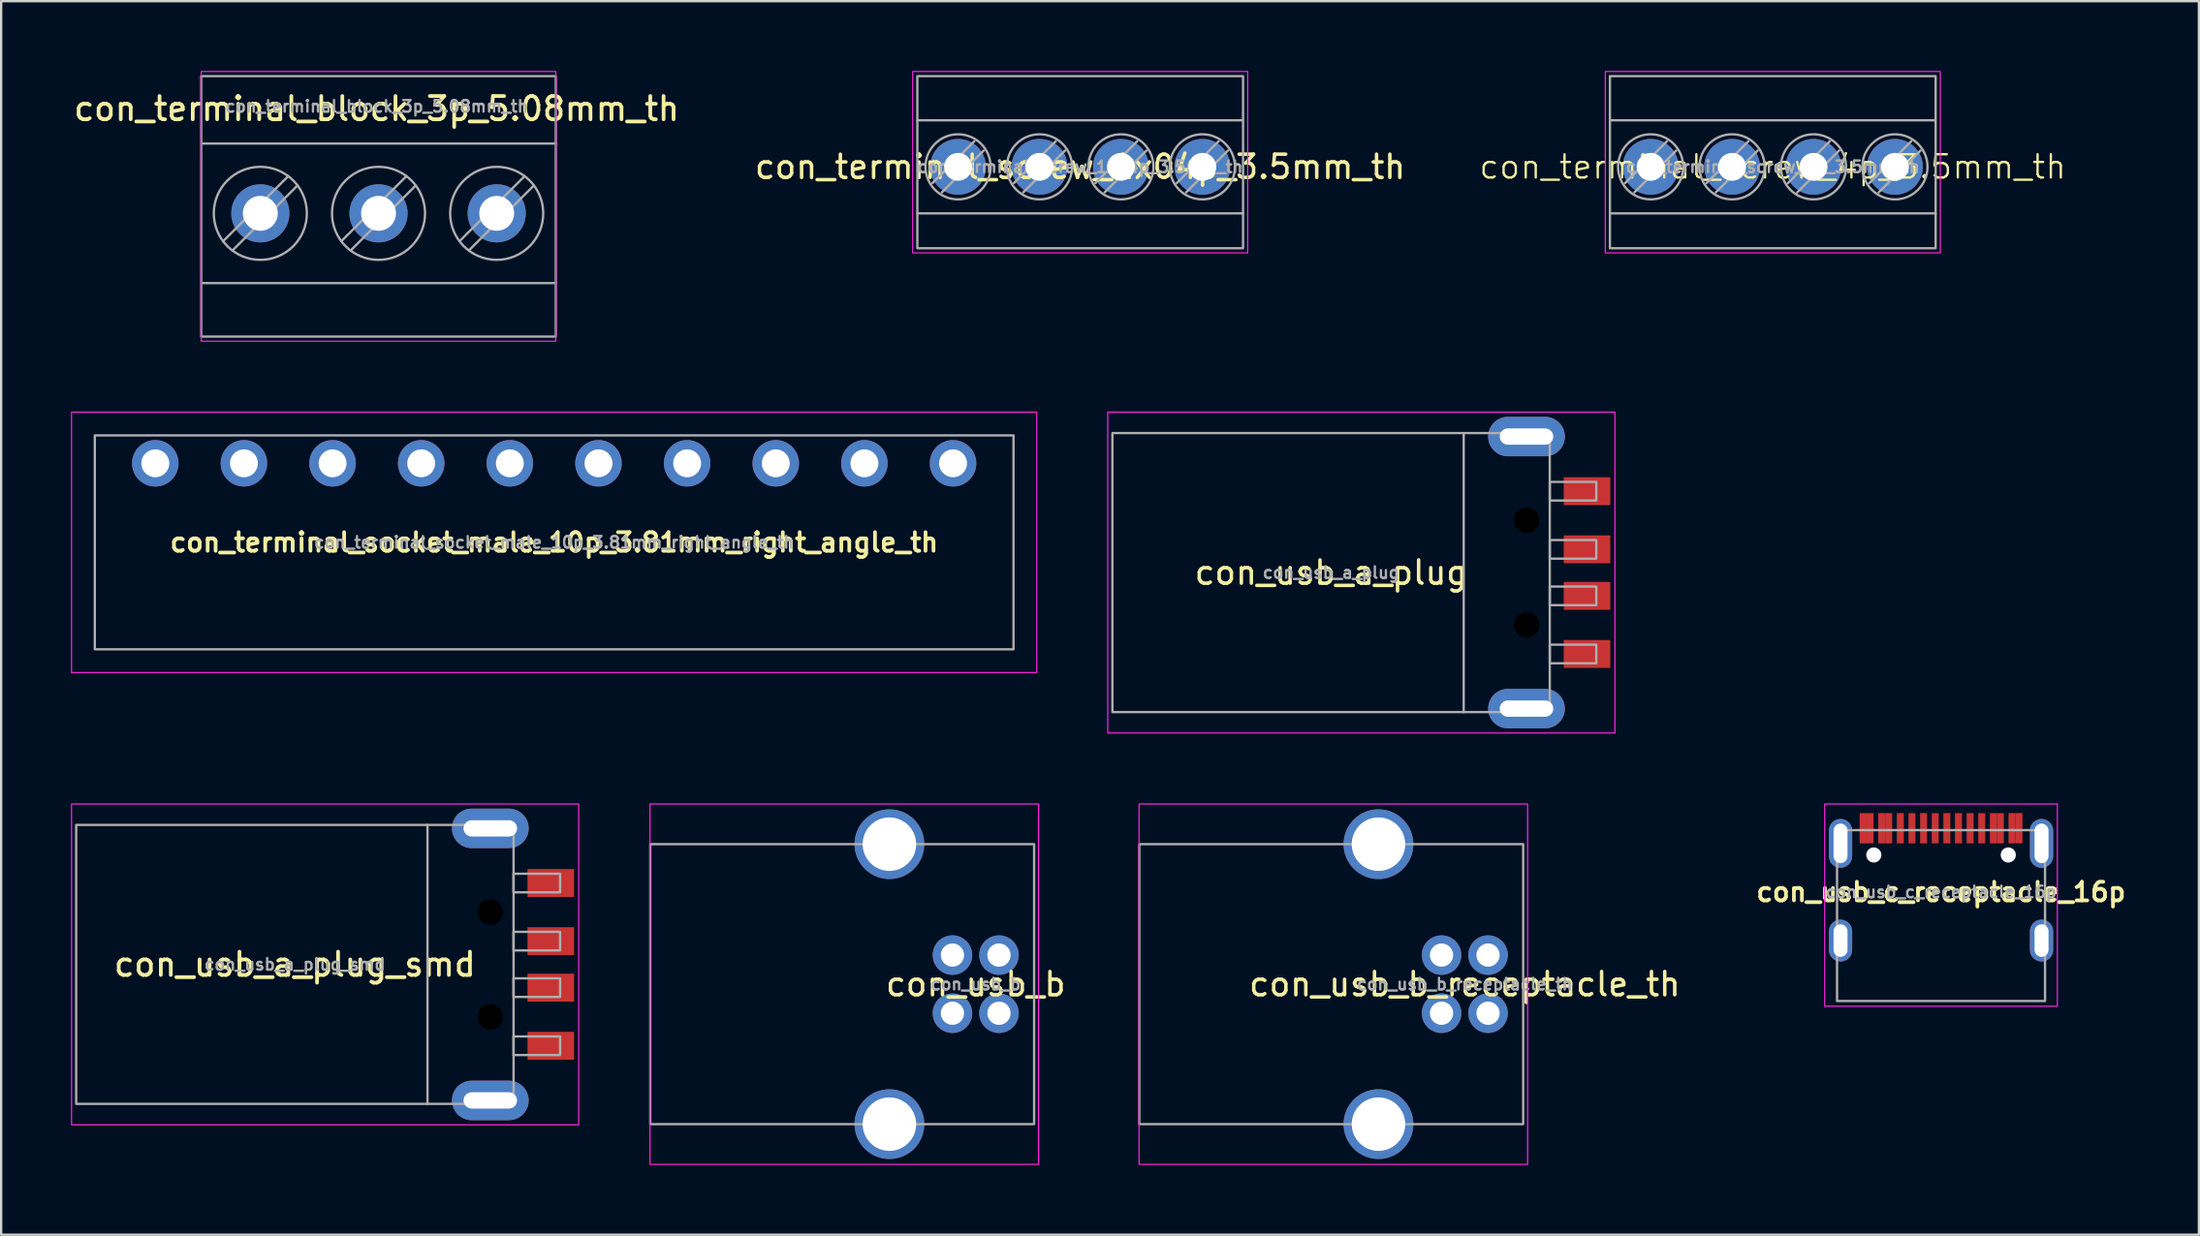
<source format=kicad_pcb>
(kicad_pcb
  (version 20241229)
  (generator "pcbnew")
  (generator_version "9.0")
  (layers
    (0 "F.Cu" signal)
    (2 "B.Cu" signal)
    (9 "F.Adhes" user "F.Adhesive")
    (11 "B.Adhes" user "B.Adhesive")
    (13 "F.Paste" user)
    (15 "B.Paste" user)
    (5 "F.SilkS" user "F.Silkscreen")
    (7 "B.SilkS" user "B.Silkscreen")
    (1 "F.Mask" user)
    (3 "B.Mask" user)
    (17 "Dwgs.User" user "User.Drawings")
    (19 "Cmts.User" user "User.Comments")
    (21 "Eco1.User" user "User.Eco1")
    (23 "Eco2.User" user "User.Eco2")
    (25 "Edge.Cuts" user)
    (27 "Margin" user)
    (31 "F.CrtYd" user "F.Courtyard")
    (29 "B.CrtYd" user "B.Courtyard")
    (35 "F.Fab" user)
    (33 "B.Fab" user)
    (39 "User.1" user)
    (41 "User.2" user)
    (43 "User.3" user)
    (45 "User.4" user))
  (footprint "con_usb_b"
    (layer "F.Cu")
    (at 39.89 40.525)
    (property "Reference" "con_usb_b" (at -1 -1.25 0) (unlocked yes) (layer "F.SilkS") (effects (font (size 1 1) (thickness 0.15))))
    (attr through_hole exclude_from_pos_files)
    (fp_rect (start -15 -9) (end 1.7 6.5) (stroke (width 0.05) (type solid)) (fill no) (layer "F.CrtYd"))
    (fp_rect (start -14.99 -7.27) (end 1.51 4.77) (stroke (width 0.1) (type solid)) (fill no) (layer "F.Fab"))
    (fp_text user "${REFERENCE}" (at -1 -1.25 0) (unlocked yes) (layer "F.Fab") (effects (font (size 0.5 0.5) (thickness 0.1) (bold yes))))
    (pad "1" thru_hole circle (at 0 0) (size 1.7 1.7) (drill 1) (layers "*.Cu" "*.Mask"))
    (pad "2" thru_hole circle (at 0 -2.5) (size 1.7 1.7) (drill 1) (layers "*.Cu" "*.Mask"))
    (pad "3" thru_hole circle (at -2 -2.5) (size 1.7 1.7) (drill 1) (layers "*.Cu" "*.Mask"))
    (pad "4" thru_hole circle (at -2 0) (size 1.7 1.7) (drill 1) (layers "*.Cu" "*.Mask"))
    (pad "5" thru_hole circle (at -4.71 4.77) (size 3 3) (drill 2.3) (layers "*.Cu" "*.Mask"))
    (pad "6" thru_hole circle (at -4.71 -7.27) (size 3 3) (drill 2.3) (layers "*.Cu" "*.Mask")))
  (footprint "con_terminal_screw_1x04p_3.5mm_th"
    (layer "F.Cu")
    (at 38.131 4.125)
    (property "Reference" "con_terminal_screw_1x04p_3.5mm_th" (at 5.25 0 0) (unlocked yes) (layer "F.SilkS") (effects (font (size 1 1) (thickness 0.15))))
    (attr through_hole exclude_from_pos_files)
    (fp_rect (start -1.95 -4.1) (end 12.45 3.7) (stroke (width 0.05) (type default)) (fill no) (layer "F.CrtYd"))
    (fp_line (start -1.75 -2) (end 12.23 -2) (stroke (width 0.1) (type default)) (layer "F.Fab"))
    (fp_line (start -1.75 2) (end 12.25 2) (stroke (width 0.1) (type default)) (layer "F.Fab"))
    (fp_line (start -1.1 0.7) (end 0.7 -1.1) (stroke (width 0.1) (type default)) (layer "F.Fab"))
    (fp_line (start -0.7 1.1) (end 1.1 -0.7) (stroke (width 0.1) (type default)) (layer "F.Fab"))
    (fp_line (start 2.4 0.7) (end 4.2 -1.1) (stroke (width 0.1) (type default)) (layer "F.Fab"))
    (fp_line (start 2.8 1.1) (end 4.6 -0.7) (stroke (width 0.1) (type default)) (layer "F.Fab"))
    (fp_line (start 5.9 0.7) (end 7.7 -1.1) (stroke (width 0.1) (type default)) (layer "F.Fab"))
    (fp_line (start 6.3 1.1) (end 8.1 -0.7) (stroke (width 0.1) (type default)) (layer "F.Fab"))
    (fp_line (start 9.4 0.7) (end 11.2 -1.1) (stroke (width 0.1) (type default)) (layer "F.Fab"))
    (fp_line (start 9.8 1.1) (end 11.6 -0.7) (stroke (width 0.1) (type default)) (layer "F.Fab"))
    (fp_rect (start -1.75 -3.9) (end 12.25 3.5) (stroke (width 0.1) (type default)) (fill no) (layer "F.Fab"))
    (fp_circle (center 0 0) (end 1.4 0) (stroke (width 0.1) (type default)) (fill no) (layer "F.Fab"))
    (fp_circle (center 3.5 0) (end 4.9 0) (stroke (width 0.1) (type default)) (fill no) (layer "F.Fab"))
    (fp_circle (center 7 0) (end 8.4 0) (stroke (width 0.1) (type default)) (fill no) (layer "F.Fab"))
    (fp_circle (center 10.5 0) (end 11.9 0) (stroke (width 0.1) (type default)) (fill no) (layer "F.Fab"))
    (fp_text user "${REFERENCE}" (at 5.25 0 0) (unlocked yes) (layer "F.Fab") (effects (font (size 0.5 0.5) (thickness 0.1) (bold yes))))
    (pad "1" thru_hole circle (at 0 0) (size 2.4 2.4) (drill 1.2) (layers "*.Cu" "*.Mask"))
    (pad "2" thru_hole circle (at 3.5 0) (size 2.4 2.4) (drill 1.2) (layers "*.Cu" "*.Mask"))
    (pad "3" thru_hole circle (at 7 0) (size 2.4 2.4) (drill 1.2) (layers "*.Cu" "*.Mask"))
    (pad "4" thru_hole circle (at 10.5 0) (size 2.4 2.4) (drill 1.2) (layers "*.Cu" "*.Mask")))
  (footprint "con_usb_b_receptacle_th"
    (layer "F.Cu")
    (at 60.912 40.525)
    (property "Reference" "con_usb_b_receptacle_th" (at -1 -1.25 0) (unlocked yes) (layer "F.SilkS") (effects (font (size 1 1) (thickness 0.15))))
    (attr through_hole exclude_from_pos_files)
    (fp_rect (start -15 -9) (end 1.7 6.5) (stroke (width 0.05) (type solid)) (fill no) (layer "F.CrtYd"))
    (fp_rect (start -14.99 -7.27) (end 1.51 4.77) (stroke (width 0.1) (type solid)) (fill no) (layer "F.Fab"))
    (fp_text user "${REFERENCE}" (at -1 -1.25 0) (unlocked yes) (layer "F.Fab") (effects (font (size 0.5 0.5) (thickness 0.1) (bold yes))))
    (pad "1" thru_hole circle (at 0 0) (size 1.7 1.7) (drill 1) (layers "*.Cu" "*.Mask"))
    (pad "2" thru_hole circle (at 0 -2.5) (size 1.7 1.7) (drill 1) (layers "*.Cu" "*.Mask"))
    (pad "3" thru_hole circle (at -2 -2.5) (size 1.7 1.7) (drill 1) (layers "*.Cu" "*.Mask"))
    (pad "4" thru_hole circle (at -2 0) (size 1.7 1.7) (drill 1) (layers "*.Cu" "*.Mask"))
    (pad "5" thru_hole circle (at -4.71 4.77) (size 3 3) (drill 2.3) (layers "*.Cu" "*.Mask"))
    (pad "6" thru_hole circle (at -4.71 -7.27) (size 3 3) (drill 2.3) (layers "*.Cu" "*.Mask")))
  (footprint "con_terminal_screw_4p_3.5mm_th"
    (layer "F.Cu")
    (at 67.901 4.125)
    (property "Reference" "con_terminal_screw_4p_3.5mm_th" (at 5.25 0 0) (unlocked yes) (layer "F.SilkS") (effects (font (size 1 1) (thickness 0.1))))
    (attr through_hole exclude_from_pos_files)
    (fp_rect (start -1.95 -4.1) (end 12.45 3.7) (stroke (width 0.05) (type default)) (fill no) (layer "F.CrtYd"))
    (fp_line (start -1.75 -2) (end 12.23 -2) (stroke (width 0.1) (type default)) (layer "F.Fab"))
    (fp_line (start -1.75 2) (end 12.25 2) (stroke (width 0.1) (type default)) (layer "F.Fab"))
    (fp_line (start -1.1 0.7) (end 0.7 -1.1) (stroke (width 0.1) (type default)) (layer "F.Fab"))
    (fp_line (start -0.7 1.1) (end 1.1 -0.7) (stroke (width 0.1) (type default)) (layer "F.Fab"))
    (fp_line (start 2.4 0.7) (end 4.2 -1.1) (stroke (width 0.1) (type default)) (layer "F.Fab"))
    (fp_line (start 2.8 1.1) (end 4.6 -0.7) (stroke (width 0.1) (type default)) (layer "F.Fab"))
    (fp_line (start 5.9 0.7) (end 7.7 -1.1) (stroke (width 0.1) (type default)) (layer "F.Fab"))
    (fp_line (start 6.3 1.1) (end 8.1 -0.7) (stroke (width 0.1) (type default)) (layer "F.Fab"))
    (fp_line (start 9.4 0.7) (end 11.2 -1.1) (stroke (width 0.1) (type default)) (layer "F.Fab"))
    (fp_line (start 9.8 1.1) (end 11.6 -0.7) (stroke (width 0.1) (type default)) (layer "F.Fab"))
    (fp_rect (start -1.75 -3.9) (end 12.25 3.5) (stroke (width 0.1) (type default)) (fill no) (layer "F.Fab"))
    (fp_circle (center 0 0) (end 1.4 0) (stroke (width 0.1) (type default)) (fill no) (layer "F.Fab"))
    (fp_circle (center 3.5 0) (end 4.9 0) (stroke (width 0.1) (type default)) (fill no) (layer "F.Fab"))
    (fp_circle (center 7 0) (end 8.4 0) (stroke (width 0.1) (type default)) (fill no) (layer "F.Fab"))
    (fp_circle (center 10.5 0) (end 11.9 0) (stroke (width 0.1) (type default)) (fill no) (layer "F.Fab"))
    (fp_text user "${REFERENCE}" (at 5.25 0 0) (unlocked yes) (layer "F.Fab") (effects (font (size 0.5 0.5) (thickness 0.1) (bold yes))))
    (pad "1" thru_hole circle (at 0 0) (size 2.4 2.4) (drill 1.2) (layers "*.Cu" "*.Mask"))
    (pad "2" thru_hole circle (at 3.5 0) (size 2.4 2.4) (drill 1.2) (layers "*.Cu" "*.Mask"))
    (pad "3" thru_hole circle (at 7 0) (size 2.4 2.4) (drill 1.2) (layers "*.Cu" "*.Mask"))
    (pad "4" thru_hole circle (at 10.5 0) (size 2.4 2.4) (drill 1.2) (layers "*.Cu" "*.Mask")))
  (footprint "con_usb_c_receptacle_16p"
    (layer "F.Cu")
    (at 80.383 35.31)
    (property "Reference" "con_usb_c_receptacle_16p" (at 0 0 0) (layer "F.SilkS") (effects (font (size 0.8 0.8) (thickness 0.16))))
    (attr smd)
    (fp_rect (start -3.55 -3.445) (end 3.55 -2.04) (stroke (width 0) (type solid)) (fill yes) (layer "F.Mask"))
    (fp_rect (start -5 -3.785) (end 5 4.915) (stroke (width 0.05) (type default)) (fill no) (layer "F.CrtYd"))
    (fp_rect (start -4.47 -2.66) (end 4.47 4.69) (stroke (width 0.1) (type solid)) (fill no) (layer "F.Fab"))
    (fp_text user "${REFERENCE}" (at 0 0 0) (layer "F.Fab") (effects (font (size 0.5 0.5) (thickness 0.1))))
    (pad "" np_thru_hole circle (at -2.89 -1.59) (size 0.65 0.65) (drill 0.65) (layers "*.Cu" "*.Mask"))
    (pad "" np_thru_hole circle (at 2.89 -1.59) (size 0.65 0.65) (drill 0.65) (layers "*.Cu" "*.Mask"))
    (pad "1" thru_hole oval (at -4.32 -2.09) (size 1 2.1) (drill oval 0.6 1.7) (layers "*.Cu" "*.Mask" "F.Paste"))
    (pad "1" thru_hole oval (at -4.32 2.09) (size 1 1.8) (drill oval 0.6 1.4) (layers "*.Cu" "*.Mask" "F.Paste"))
    (pad "1" thru_hole oval (at 4.32 -2.09) (size 1 2.1) (drill oval 0.6 1.7) (layers "*.Cu" "*.Mask" "F.Paste"))
    (pad "1" thru_hole oval (at 4.32 2.09) (size 1 1.8) (drill oval 0.6 1.4) (layers "*.Cu" "*.Mask" "F.Paste"))
    (pad "A1" smd rect (at -3.35 -2.74) (size 0.3 1.3) (layers "F.Cu" "F.Paste"))
    (pad "A4" smd rect (at -2.55 -2.74) (size 0.3 1.3) (layers "F.Cu" "F.Paste"))
    (pad "A5" smd rect (at -1.25 -2.74) (size 0.3 1.3) (layers "F.Cu" "F.Paste"))
    (pad "A6" smd rect (at -0.25 -2.74) (size 0.3 1.3) (layers "F.Cu" "F.Paste"))
    (pad "A7" smd rect (at 0.25 -2.74) (size 0.3 1.3) (layers "F.Cu" "F.Paste"))
    (pad "A8" smd rect (at 1.25 -2.74) (size 0.3 1.3) (layers "F.Cu" "F.Paste"))
    (pad "A9" smd rect (at 2.55 -2.74) (size 0.3 1.3) (layers "F.Cu" "F.Paste"))
    (pad "A12" smd rect (at 3.35 -2.74) (size 0.3 1.3) (layers "F.Cu" "F.Paste"))
    (pad "B1" smd rect (at 3.05 -2.74) (size 0.3 1.3) (layers "F.Cu" "F.Paste"))
    (pad "B4" smd rect (at 2.25 -2.74) (size 0.3 1.3) (layers "F.Cu" "F.Paste"))
    (pad "B5" smd rect (at 1.75 -2.74) (size 0.3 1.3) (layers "F.Cu" "F.Paste"))
    (pad "B6" smd rect (at 0.75 -2.74) (size 0.3 1.3) (layers "F.Cu" "F.Paste"))
    (pad "B7" smd rect (at -0.75 -2.74) (size 0.3 1.3) (layers "F.Cu" "F.Paste"))
    (pad "B8" smd rect (at -1.75 -2.74) (size 0.3 1.3) (layers "F.Cu" "F.Paste"))
    (pad "B9" smd rect (at -2.25 -2.74) (size 0.3 1.3) (layers "F.Cu" "F.Paste"))
    (pad "B12" smd rect (at -3.05 -2.74) (size 0.3 1.3) (layers "F.Cu" "F.Paste")))
  (footprint "con_usb_a_plug_smd"
    (layer "F.Cu")
    (at 9.625 38.425)
    (property "Reference" "con_usb_a_plug_smd" (at 0 0 0) (unlocked yes) (layer "F.SilkS") (effects (font (size 1 1) (thickness 0.16))))
    (attr smd)
    (fp_rect (start -9.6 -6.9) (end 12.2 6.9) (stroke (width 0.05) (type solid)) (fill no) (layer "F.CrtYd"))
    (fp_line (start 5.7 -6) (end 5.7 6) (stroke (width 0.1) (type solid)) (layer "F.Fab"))
    (fp_rect (start -9.4 -6) (end 9.4 6) (stroke (width 0.1) (type solid)) (fill no) (layer "F.Fab"))
    (fp_rect (start 9.4 -3.9) (end 11.4 -3.1) (stroke (width 0.1) (type solid)) (fill no) (layer "F.Fab"))
    (fp_rect (start 9.4 -1.4) (end 11.4 -0.6) (stroke (width 0.1) (type solid)) (fill no) (layer "F.Fab"))
    (fp_rect (start 9.4 0.6) (end 11.4 1.4) (stroke (width 0.1) (type solid)) (fill no) (layer "F.Fab"))
    (fp_rect (start 9.4 3.1) (end 11.4 3.9) (stroke (width 0.1) (type solid)) (fill no) (layer "F.Fab"))
    (fp_text user "${REFERENCE}" (at 0 0 0) (unlocked yes) (layer "F.Fab") (effects (font (size 0.5 0.5) (thickness 0.1))))
    (pad "" np_thru_hole circle (at 8.4 -2.25) (size 1.2 1.2) (drill 1.1) (layers "*.Mask"))
    (pad "" np_thru_hole circle (at 8.4 2.25) (size 1.2 1.2) (drill 1.1) (layers "*.Mask"))
    (pad "1" smd rect (at 11 3.5) (size 2 1.2) (layers "F.Cu" "F.Mask" "F.Paste"))
    (pad "2" smd rect (at 11 1) (size 2 1.2) (layers "F.Cu" "F.Mask" "F.Paste"))
    (pad "3" smd rect (at 11 -1) (size 2 1.2) (layers "F.Cu" "F.Mask" "F.Paste"))
    (pad "4" smd rect (at 11 -3.5) (size 2 1.2) (layers "F.Cu" "F.Mask" "F.Paste"))
    (pad "5" thru_hole oval (at 8.4 5.85) (size 3.3 1.7) (drill oval 2.3 0.7) (layers "*.Cu" "*.Mask"))
    (pad "6" thru_hole oval (at 8.4 -5.85) (size 3.3 1.7) (drill oval 2.3 0.7) (layers "*.Cu" "*.Mask")))
  (footprint "con_terminal_socket_male_10p_3.81mm_right_angle_th"
    (layer "F.Cu")
    (at 3.625 16.875)
    (property "Reference" "con_terminal_socket_male_10p_3.81mm_right_angle_th" (at 17.145 3.4 0) (layer "F.SilkS") (effects (font (size 0.8 0.8) (thickness 0.16))))
    (attr through_hole exclude_from_pos_files)
    (fp_rect (start -3.6 -2.2) (end 37.89 9) (stroke (width 0.05) (type default)) (fill no) (layer "F.CrtYd"))
    (fp_rect (start -2.6 -1.2) (end 36.89 8) (stroke (width 0.1) (type solid)) (fill no) (layer "F.Fab"))
    (fp_text user "${REFERENCE}" (at 17.145 3.4 0) (layer "F.Fab") (effects (font (size 0.5 0.5) (thickness 0.1))))
    (pad "1" thru_hole circle (at 0 0) (size 2 2) (drill 1.2) (layers "*.Cu" "*.Mask"))
    (pad "2" thru_hole circle (at 3.81 0) (size 2 2) (drill 1.2) (layers "*.Cu" "*.Mask"))
    (pad "3" thru_hole circle (at 7.62 0) (size 2 2) (drill 1.2) (layers "*.Cu" "*.Mask"))
    (pad "4" thru_hole circle (at 11.43 0) (size 2 2) (drill 1.2) (layers "*.Cu" "*.Mask"))
    (pad "5" thru_hole circle (at 15.24 0) (size 2 2) (drill 1.2) (layers "*.Cu" "*.Mask"))
    (pad "6" thru_hole circle (at 19.05 0) (size 2 2) (drill 1.2) (layers "*.Cu" "*.Mask"))
    (pad "7" thru_hole circle (at 22.86 0) (size 2 2) (drill 1.2) (layers "*.Cu" "*.Mask"))
    (pad "8" thru_hole circle (at 26.67 0) (size 2 2) (drill 1.2) (layers "*.Cu" "*.Mask"))
    (pad "9" thru_hole circle (at 30.48 0) (size 2 2) (drill 1.2) (layers "*.Cu" "*.Mask"))
    (pad "10" thru_hole circle (at 34.29 0) (size 2 2) (drill 1.2) (layers "*.Cu" "*.Mask")))
  (footprint "con_terminal_block_3p_5.08mm_th"
    (layer "F.Cu")
    (at 8.14 6.125)
    (property "Reference" "con_terminal_block_3p_5.08mm_th" (at 5 -4.5 0) (layer "F.SilkS") (effects (font (size 1 1) (thickness 0.16))))
    (attr through_hole exclude_from_pos_files)
    (fp_rect (start -2.54 -6.1) (end 12.7 5.5) (stroke (width 0.05) (type solid)) (fill no) (layer "F.CrtYd"))
    (fp_line (start -2.5 -3) (end 12.7 -3) (stroke (width 0.1) (type default)) (layer "F.Fab"))
    (fp_line (start -2.5 3) (end 12.7 3) (stroke (width 0.1) (type default)) (layer "F.Fab"))
    (fp_line (start -1.6 1.2) (end 1.2 -1.6) (stroke (width 0.1) (type default)) (layer "F.Fab"))
    (fp_line (start -1.2 1.6) (end 1.6 -1.2) (stroke (width 0.1) (type default)) (layer "F.Fab"))
    (fp_line (start 3.48 1.2) (end 6.28 -1.6) (stroke (width 0.1) (type default)) (layer "F.Fab"))
    (fp_line (start 3.88 1.6) (end 6.68 -1.2) (stroke (width 0.1) (type default)) (layer "F.Fab"))
    (fp_line (start 8.56 1.2) (end 11.36 -1.6) (stroke (width 0.1) (type default)) (layer "F.Fab"))
    (fp_line (start 8.96 1.6) (end 11.76 -1.2) (stroke (width 0.1) (type default)) (layer "F.Fab"))
    (fp_rect (start -2.54 -5.9) (end 12.7 5.3) (stroke (width 0.1) (type solid)) (fill no) (layer "F.Fab"))
    (fp_circle (center 0 0) (end 2 0) (stroke (width 0.1) (type default)) (fill no) (layer "F.Fab"))
    (fp_circle (center 5.08 0) (end 7.08 0) (stroke (width 0.1) (type default)) (fill no) (layer "F.Fab"))
    (fp_circle (center 10.16 0) (end 12.16 0) (stroke (width 0.1) (type default)) (fill no) (layer "F.Fab"))
    (fp_text user "${REFERENCE}" (at 5 -4.6 0) (layer "F.Fab") (effects (font (size 0.5 0.5) (thickness 0.1))))
    (pad "1" thru_hole circle (at 0 0) (size 2.5 2.5) (drill 1.5) (layers "*.Cu" "*.Mask"))
    (pad "2" thru_hole circle (at 5.08 0) (size 2.5 2.5) (drill 1.5) (layers "*.Cu" "*.Mask"))
    (pad "3" thru_hole circle (at 10.16 0) (size 2.5 2.5) (drill 1.5) (layers "*.Cu" "*.Mask")))
  (footprint "con_usb_a_plug"
    (layer "F.Cu")
    (at 54.165 21.575)
    (property "Reference" "con_usb_a_plug" (at 0 0 0) (unlocked yes) (layer "F.SilkS") (effects (font (size 1 1) (thickness 0.15))))
    (attr smd)
    (fp_rect (start -9.6 -6.9) (end 12.2 6.9) (stroke (width 0.05) (type solid)) (fill no) (layer "F.CrtYd"))
    (fp_line (start 5.7 -6) (end 5.7 6) (stroke (width 0.1) (type solid)) (layer "F.Fab"))
    (fp_rect (start -9.4 -6) (end 9.4 6) (stroke (width 0.1) (type solid)) (fill no) (layer "F.Fab"))
    (fp_rect (start 9.4 -3.9) (end 11.4 -3.1) (stroke (width 0.1) (type solid)) (fill no) (layer "F.Fab"))
    (fp_rect (start 9.4 -1.4) (end 11.4 -0.6) (stroke (width 0.1) (type solid)) (fill no) (layer "F.Fab"))
    (fp_rect (start 9.4 0.6) (end 11.4 1.4) (stroke (width 0.1) (type solid)) (fill no) (layer "F.Fab"))
    (fp_rect (start 9.4 3.1) (end 11.4 3.9) (stroke (width 0.1) (type solid)) (fill no) (layer "F.Fab"))
    (fp_text user "${REFERENCE}" (at 0 0 0) (unlocked yes) (layer "F.Fab") (effects (font (size 0.5 0.5) (thickness 0.1))))
    (pad "" np_thru_hole circle (at 8.4 -2.25) (size 1.2 1.2) (drill 1.1) (layers "*.Mask"))
    (pad "" np_thru_hole circle (at 8.4 2.25) (size 1.2 1.2) (drill 1.1) (layers "*.Mask"))
    (pad "1" smd rect (at 11 3.5) (size 2 1.2) (layers "F.Cu" "F.Mask" "F.Paste"))
    (pad "2" smd rect (at 11 1) (size 2 1.2) (layers "F.Cu" "F.Mask" "F.Paste"))
    (pad "3" smd rect (at 11 -1) (size 2 1.2) (layers "F.Cu" "F.Mask" "F.Paste"))
    (pad "4" smd rect (at 11 -3.5) (size 2 1.2) (layers "F.Cu" "F.Mask" "F.Paste"))
    (pad "5" thru_hole oval (at 8.4 5.85) (size 3.3 1.7) (drill oval 2.3 0.7) (layers "*.Cu" "*.Mask"))
    (pad "6" thru_hole oval (at 8.4 -5.85) (size 3.3 1.7) (drill oval 2.3 0.7) (layers "*.Cu" "*.Mask")))
  (gr_rect
    (start -3 -3)
    (end 91.467 50.05)
    (stroke (width 0.1) (type default))
    (fill no)
    (layer "Edge.Cuts")))
</source>
